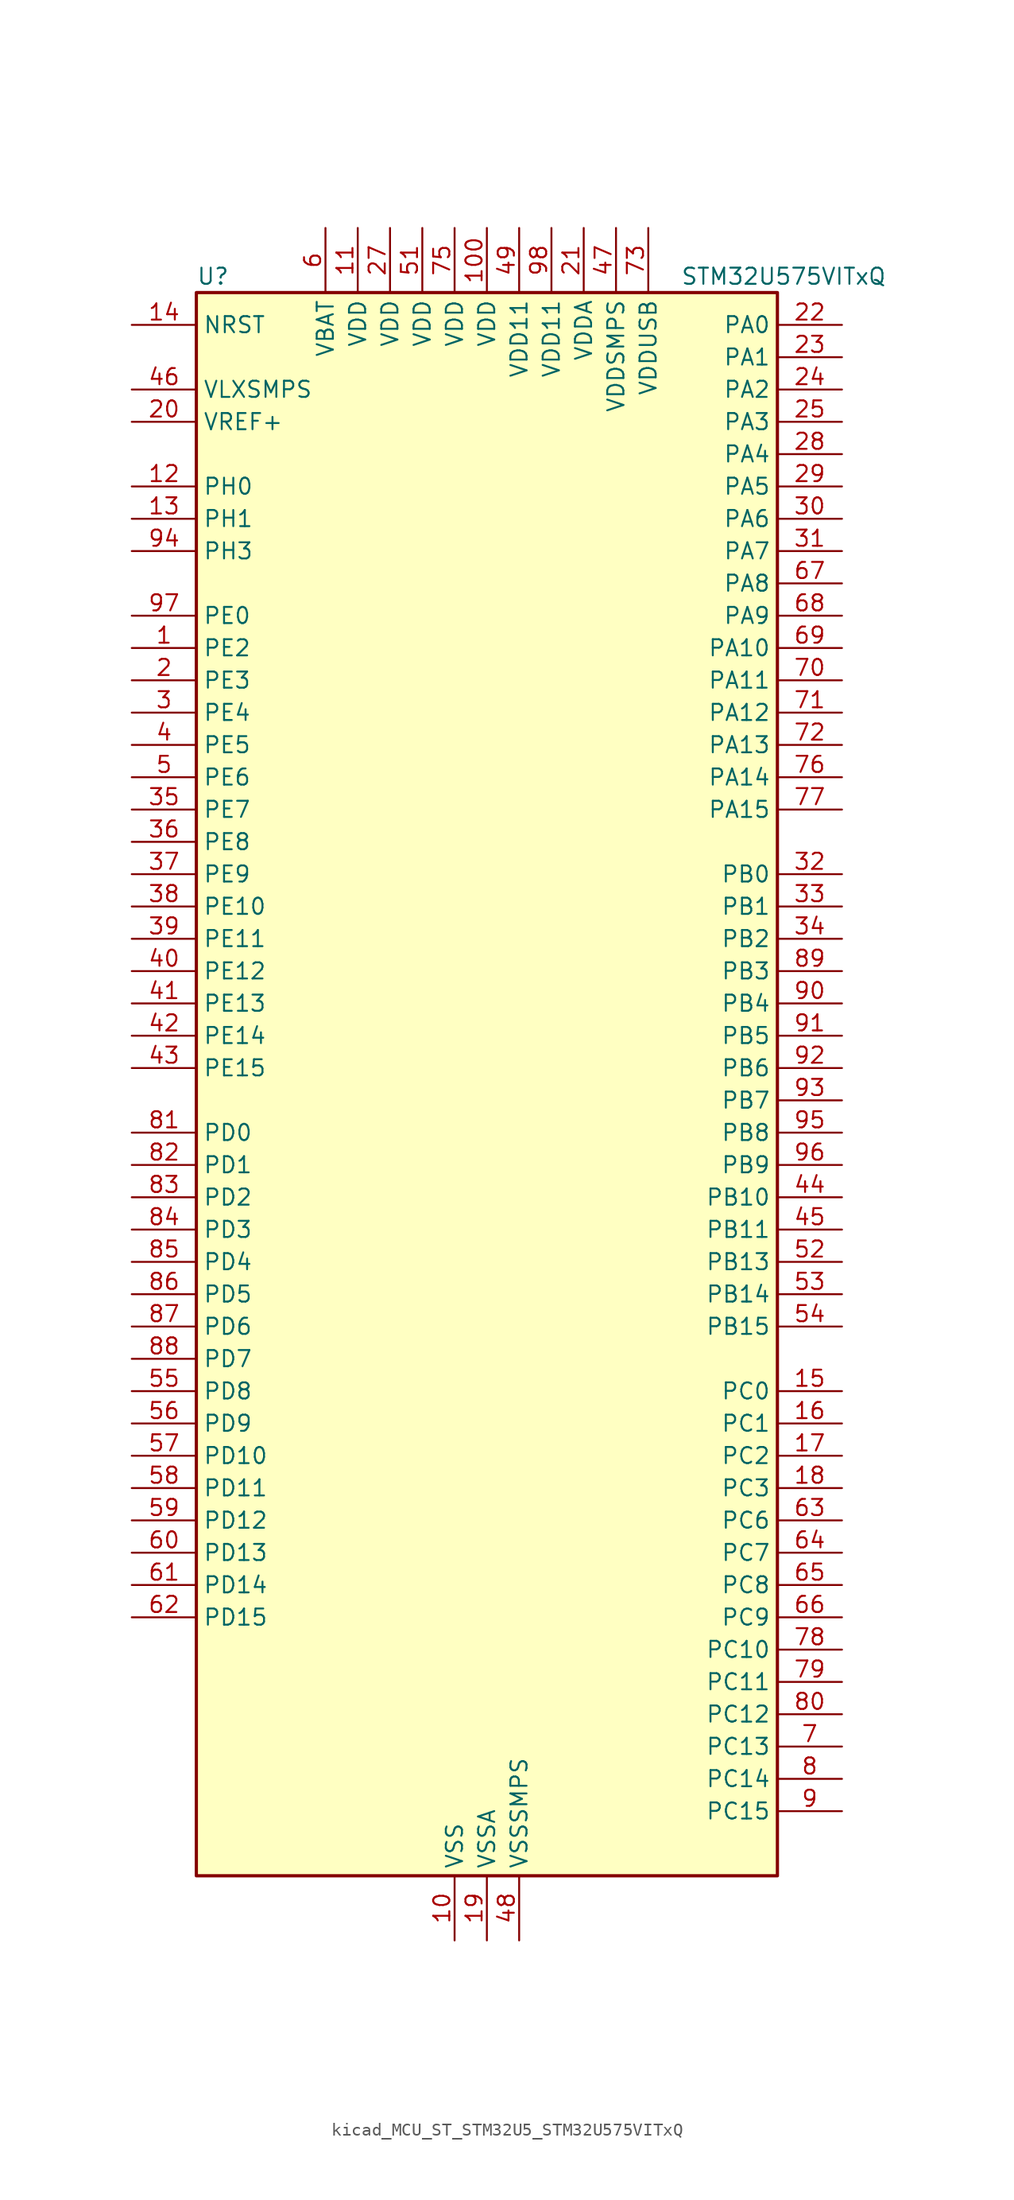
<source format=kicad_sym>
(kicad_symbol_lib
  (version 20220914)
  (generator kicad_symbol_editor)
  (symbol "kicad_MCU_ST_STM32U5_STM32U575VITxQ"
    (property "Reference" "U"
      (at -22.86 64.77 0)
      (effects (font (size 1.27 1.27)) (justify left)))
    (property "Value" "STM32U575VITxQ"
      (at 15.24 64.77 0)
      (effects (font (size 1.27 1.27)) (justify left)))
    (property "ki_locked" ""
      (at 0 0 0)
      (effects (font (size 1.27 1.27))))
    (symbol "kicad_MCU_ST_STM32U5_STM32U575VITxQ_0_1"
      (rectangle (start -22.86 -60.96) (end 22.86 63.5) (stroke (width 0.254) (type default)) (fill (type background))))
    (symbol "kicad_MCU_ST_STM32U5_STM32U575VITxQ_1_1"
      (pin bidirectional line (at -27.94 35.56 0) (length 5.08) (name "PE2" (effects (font (size 1.27 1.27)))) (number "1" (effects (font (size 1.27 1.27)))) (alternate "DEBUG_TRACECLK" bidirectional line) (alternate "FMC_A23" bidirectional line) (alternate "SAI1_CK1" bidirectional line) (alternate "SAI1_MCLK_A" bidirectional line) (alternate "TIM3_ETR" bidirectional line) (alternate "TSC_G7_IO1" bidirectional line))
      (pin power_in line (at -2.54 -66.04 90) (length 5.08) (name "VSS" (effects (font (size 1.27 1.27)))) (number "10" (effects (font (size 1.27 1.27)))))
      (pin power_in line (at 0 68.58 270) (length 5.08) (name "VDD" (effects (font (size 1.27 1.27)))) (number "100" (effects (font (size 1.27 1.27)))))
      (pin power_in line (at -10.16 68.58 270) (length 5.08) (name "VDD" (effects (font (size 1.27 1.27)))) (number "11" (effects (font (size 1.27 1.27)))))
      (pin bidirectional line (at -27.94 48.26 0) (length 5.08) (name "PH0" (effects (font (size 1.27 1.27)))) (number "12" (effects (font (size 1.27 1.27)))) (alternate "RCC_OSC_IN" bidirectional line))
      (pin bidirectional line (at -27.94 45.72 0) (length 5.08) (name "PH1" (effects (font (size 1.27 1.27)))) (number "13" (effects (font (size 1.27 1.27)))) (alternate "RCC_OSC_OUT" bidirectional line))
      (pin input line (at -27.94 60.96 0) (length 5.08) (name "NRST" (effects (font (size 1.27 1.27)))) (number "14" (effects (font (size 1.27 1.27)))))
      (pin bidirectional line (at 27.94 -22.86 180) (length 5.08) (name "PC0" (effects (font (size 1.27 1.27)))) (number "15" (effects (font (size 1.27 1.27)))) (alternate "ADC1_IN1" bidirectional line) (alternate "ADC4_IN1" bidirectional line) (alternate "I2C3_SCL" bidirectional line) (alternate "LPTIM1_IN1" bidirectional line) (alternate "LPTIM2_IN1" bidirectional line) (alternate "LPUART1_RX" bidirectional line) (alternate "MDF1_SDI4" bidirectional line) (alternate "OCTOSPIM_P1_IO7" bidirectional line) (alternate "SAI2_FS_A" bidirectional line) (alternate "SDMMC1_D5" bidirectional line) (alternate "SPI2_RDY" bidirectional line))
      (pin bidirectional line (at 27.94 -25.4 180) (length 5.08) (name "PC1" (effects (font (size 1.27 1.27)))) (number "16" (effects (font (size 1.27 1.27)))) (alternate "ADC1_IN2" bidirectional line) (alternate "ADC4_IN2" bidirectional line) (alternate "DEBUG_TRACED0" bidirectional line) (alternate "I2C3_SDA" bidirectional line) (alternate "LPTIM1_CH1" bidirectional line) (alternate "LPUART1_TX" bidirectional line) (alternate "MDF1_CKI4" bidirectional line) (alternate "OCTOSPIM_P1_IO4" bidirectional line) (alternate "SAI1_SD_A" bidirectional line) (alternate "SDMMC2_CK" bidirectional line) (alternate "SPI2_MOSI" bidirectional line))
      (pin bidirectional line (at 27.94 -27.94 180) (length 5.08) (name "PC2" (effects (font (size 1.27 1.27)))) (number "17" (effects (font (size 1.27 1.27)))) (alternate "ADC1_IN3" bidirectional line) (alternate "ADC4_IN3" bidirectional line) (alternate "LPTIM1_IN2" bidirectional line) (alternate "MDF1_CCK1" bidirectional line) (alternate "OCTOSPIM_P1_IO5" bidirectional line) (alternate "SPI2_MISO" bidirectional line))
      (pin bidirectional line (at 27.94 -30.48 180) (length 5.08) (name "PC3" (effects (font (size 1.27 1.27)))) (number "18" (effects (font (size 1.27 1.27)))) (alternate "ADC1_IN4" bidirectional line) (alternate "ADC4_IN4" bidirectional line) (alternate "LPTIM1_ETR" bidirectional line) (alternate "LPTIM2_ETR" bidirectional line) (alternate "LPTIM3_CH1" bidirectional line) (alternate "OCTOSPIM_P1_IO6" bidirectional line) (alternate "SAI1_D1" bidirectional line) (alternate "SAI1_SD_A" bidirectional line) (alternate "SPI2_MOSI" bidirectional line))
      (pin power_in line (at 0 -66.04 90) (length 5.08) (name "VSSA" (effects (font (size 1.27 1.27)))) (number "19" (effects (font (size 1.27 1.27)))))
      (pin bidirectional line (at -27.94 33.02 0) (length 5.08) (name "PE3" (effects (font (size 1.27 1.27)))) (number "2" (effects (font (size 1.27 1.27)))) (alternate "DEBUG_TRACED0" bidirectional line) (alternate "FMC_A19" bidirectional line) (alternate "OCTOSPIM_P1_DQS" bidirectional line) (alternate "SAI1_SD_B" bidirectional line) (alternate "TAMP_IN6" bidirectional line) (alternate "TAMP_OUT3" bidirectional line) (alternate "TIM3_CH1" bidirectional line) (alternate "TSC_G7_IO2" bidirectional line))
      (pin input line (at -27.94 53.34 0) (length 5.08) (name "VREF+" (effects (font (size 1.27 1.27)))) (number "20" (effects (font (size 1.27 1.27)))) (alternate "VREFBUF_OUT" bidirectional line))
      (pin power_in line (at 7.62 68.58 270) (length 5.08) (name "VDDA" (effects (font (size 1.27 1.27)))) (number "21" (effects (font (size 1.27 1.27)))))
      (pin bidirectional line (at 27.94 60.96 180) (length 5.08) (name "PA0" (effects (font (size 1.27 1.27)))) (number "22" (effects (font (size 1.27 1.27)))) (alternate "ADC1_IN5" bidirectional line) (alternate "AUDIOCLK" bidirectional line) (alternate "OCTOSPIM_P2_NCS" bidirectional line) (alternate "OPAMP1_VINP" bidirectional line) (alternate "PWR_WKUP1" bidirectional line) (alternate "SDMMC2_CMD" bidirectional line) (alternate "SPI3_RDY" bidirectional line) (alternate "TAMP_IN2" bidirectional line) (alternate "TAMP_OUT1" bidirectional line) (alternate "TIM2_CH1" bidirectional line) (alternate "TIM2_ETR" bidirectional line) (alternate "TIM5_CH1" bidirectional line) (alternate "TIM8_ETR" bidirectional line) (alternate "UART4_TX" bidirectional line) (alternate "USART2_CTS" bidirectional line))
      (pin bidirectional line (at 27.94 58.42 180) (length 5.08) (name "PA1" (effects (font (size 1.27 1.27)))) (number "23" (effects (font (size 1.27 1.27)))) (alternate "ADC1_IN6" bidirectional line) (alternate "I2C1_SMBA" bidirectional line) (alternate "LPTIM1_CH2" bidirectional line) (alternate "OCTOSPIM_P1_DQS" bidirectional line) (alternate "OPAMP1_VINM" bidirectional line) (alternate "PWR_WKUP3" bidirectional line) (alternate "SPI1_SCK" bidirectional line) (alternate "TAMP_IN5" bidirectional line) (alternate "TAMP_OUT4" bidirectional line) (alternate "TIM15_CH1N" bidirectional line) (alternate "TIM2_CH2" bidirectional line) (alternate "TIM5_CH2" bidirectional line) (alternate "UART4_RX" bidirectional line) (alternate "USART2_DE" bidirectional line) (alternate "USART2_RTS" bidirectional line))
      (pin bidirectional line (at 27.94 55.88 180) (length 5.08) (name "PA2" (effects (font (size 1.27 1.27)))) (number "24" (effects (font (size 1.27 1.27)))) (alternate "ADC1_IN7" bidirectional line) (alternate "COMP1_INP" bidirectional line) (alternate "LPUART1_TX" bidirectional line) (alternate "OCTOSPIM_P1_NCS" bidirectional line) (alternate "PWR_WKUP4" bidirectional line) (alternate "RCC_LSCO" bidirectional line) (alternate "SPI1_RDY" bidirectional line) (alternate "TIM15_CH1" bidirectional line) (alternate "TIM2_CH3" bidirectional line) (alternate "TIM5_CH3" bidirectional line) (alternate "UCPD1_FRSTX1" bidirectional line) (alternate "USART2_TX" bidirectional line))
      (pin bidirectional line (at 27.94 53.34 180) (length 5.08) (name "PA3" (effects (font (size 1.27 1.27)))) (number "25" (effects (font (size 1.27 1.27)))) (alternate "ADC1_IN8" bidirectional line) (alternate "LPUART1_RX" bidirectional line) (alternate "OCTOSPIM_P1_CLK" bidirectional line) (alternate "OPAMP1_VOUT" bidirectional line) (alternate "PWR_WKUP5" bidirectional line) (alternate "SAI1_CK1" bidirectional line) (alternate "SAI1_MCLK_A" bidirectional line) (alternate "TIM15_CH2" bidirectional line) (alternate "TIM2_CH4" bidirectional line) (alternate "TIM5_CH4" bidirectional line) (alternate "USART2_RX" bidirectional line))
      (pin passive line (at -2.54 -66.04 90) (length 5.08) hide (name "VSS" (effects (font (size 1.27 1.27)))) (number "26" (effects (font (size 1.27 1.27)))))
      (pin power_in line (at -7.62 68.58 270) (length 5.08) (name "VDD" (effects (font (size 1.27 1.27)))) (number "27" (effects (font (size 1.27 1.27)))))
      (pin bidirectional line (at 27.94 50.8 180) (length 5.08) (name "PA4" (effects (font (size 1.27 1.27)))) (number "28" (effects (font (size 1.27 1.27)))) (alternate "ADC1_IN9" bidirectional line) (alternate "ADC4_IN9" bidirectional line) (alternate "DAC1_OUT1" bidirectional line) (alternate "DCMI_HSYNC" bidirectional line) (alternate "LPTIM2_CH1" bidirectional line) (alternate "OCTOSPIM_P1_NCS" bidirectional line) (alternate "PSSI_DE" bidirectional line) (alternate "PWR_WKUP2" bidirectional line) (alternate "SAI1_FS_B" bidirectional line) (alternate "SPI1_NSS" bidirectional line) (alternate "SPI3_NSS" bidirectional line) (alternate "USART2_CK" bidirectional line))
      (pin bidirectional line (at 27.94 48.26 180) (length 5.08) (name "PA5" (effects (font (size 1.27 1.27)))) (number "29" (effects (font (size 1.27 1.27)))) (alternate "ADC1_IN10" bidirectional line) (alternate "ADC4_IN10" bidirectional line) (alternate "DAC1_OUT2" bidirectional line) (alternate "LPTIM2_ETR" bidirectional line) (alternate "PSSI_D14" bidirectional line) (alternate "PWR_CSLEEP" bidirectional line) (alternate "PWR_WKUP6" bidirectional line) (alternate "SPI1_SCK" bidirectional line) (alternate "TIM2_CH1" bidirectional line) (alternate "TIM2_ETR" bidirectional line) (alternate "TIM8_CH1N" bidirectional line) (alternate "USART3_RX" bidirectional line))
      (pin bidirectional line (at -27.94 30.48 0) (length 5.08) (name "PE4" (effects (font (size 1.27 1.27)))) (number "3" (effects (font (size 1.27 1.27)))) (alternate "DCMI_D4" bidirectional line) (alternate "DEBUG_TRACED1" bidirectional line) (alternate "FMC_A20" bidirectional line) (alternate "MDF1_SDI3" bidirectional line) (alternate "PSSI_D4" bidirectional line) (alternate "PWR_WKUP1" bidirectional line) (alternate "SAI1_D2" bidirectional line) (alternate "SAI1_FS_A" bidirectional line) (alternate "TAMP_IN7" bidirectional line) (alternate "TAMP_OUT8" bidirectional line) (alternate "TIM3_CH2" bidirectional line) (alternate "TSC_G7_IO3" bidirectional line))
      (pin bidirectional line (at 27.94 45.72 180) (length 5.08) (name "PA6" (effects (font (size 1.27 1.27)))) (number "30" (effects (font (size 1.27 1.27)))) (alternate "ADC1_IN11" bidirectional line) (alternate "ADC4_IN11" bidirectional line) (alternate "DCMI_PIXCLK" bidirectional line) (alternate "LPUART1_CTS" bidirectional line) (alternate "OCTOSPIM_P1_IO3" bidirectional line) (alternate "OPAMP2_VINP" bidirectional line) (alternate "PSSI_PDCK" bidirectional line) (alternate "PWR_CDSTOP" bidirectional line) (alternate "PWR_WKUP7" bidirectional line) (alternate "SPI1_MISO" bidirectional line) (alternate "TIM16_CH1" bidirectional line) (alternate "TIM1_BKIN" bidirectional line) (alternate "TIM3_CH1" bidirectional line) (alternate "TIM8_BKIN" bidirectional line) (alternate "USART3_CTS" bidirectional line))
      (pin bidirectional line (at 27.94 43.18 180) (length 5.08) (name "PA7" (effects (font (size 1.27 1.27)))) (number "31" (effects (font (size 1.27 1.27)))) (alternate "ADC1_IN12" bidirectional line) (alternate "ADC4_IN20" bidirectional line) (alternate "I2C3_SCL" bidirectional line) (alternate "LPTIM2_CH2" bidirectional line) (alternate "OCTOSPIM_P1_IO2" bidirectional line) (alternate "OPAMP2_VINM" bidirectional line) (alternate "PWR_SRDSTOP" bidirectional line) (alternate "PWR_WKUP8" bidirectional line) (alternate "SPI1_MOSI" bidirectional line) (alternate "TIM17_CH1" bidirectional line) (alternate "TIM1_CH1N" bidirectional line) (alternate "TIM3_CH2" bidirectional line) (alternate "TIM8_CH1N" bidirectional line) (alternate "USART3_TX" bidirectional line))
      (pin bidirectional line (at 27.94 17.78 180) (length 5.08) (name "PB0" (effects (font (size 1.27 1.27)))) (number "32" (effects (font (size 1.27 1.27)))) (alternate "ADC1_IN15" bidirectional line) (alternate "ADC4_IN18" bidirectional line) (alternate "AUDIOCLK" bidirectional line) (alternate "COMP1_OUT" bidirectional line) (alternate "LPTIM3_CH1" bidirectional line) (alternate "OCTOSPIM_P1_IO1" bidirectional line) (alternate "OPAMP2_VOUT" bidirectional line) (alternate "SPI1_NSS" bidirectional line) (alternate "TIM1_CH2N" bidirectional line) (alternate "TIM3_CH3" bidirectional line) (alternate "TIM8_CH2N" bidirectional line) (alternate "USART3_CK" bidirectional line))
      (pin bidirectional line (at 27.94 15.24 180) (length 5.08) (name "PB1" (effects (font (size 1.27 1.27)))) (number "33" (effects (font (size 1.27 1.27)))) (alternate "ADC1_IN16" bidirectional line) (alternate "ADC4_IN19" bidirectional line) (alternate "COMP1_INM" bidirectional line) (alternate "LPTIM2_IN1" bidirectional line) (alternate "LPTIM3_CH2" bidirectional line) (alternate "LPUART1_DE" bidirectional line) (alternate "LPUART1_RTS" bidirectional line) (alternate "MDF1_SDI0" bidirectional line) (alternate "OCTOSPIM_P1_IO0" bidirectional line) (alternate "PWR_WKUP4" bidirectional line) (alternate "TIM1_CH3N" bidirectional line) (alternate "TIM3_CH4" bidirectional line) (alternate "TIM8_CH3N" bidirectional line) (alternate "USART3_DE" bidirectional line) (alternate "USART3_RTS" bidirectional line))
      (pin bidirectional line (at 27.94 12.7 180) (length 5.08) (name "PB2" (effects (font (size 1.27 1.27)))) (number "34" (effects (font (size 1.27 1.27)))) (alternate "ADC1_IN17" bidirectional line) (alternate "COMP1_INP" bidirectional line) (alternate "I2C3_SMBA" bidirectional line) (alternate "LPTIM1_CH1" bidirectional line) (alternate "MDF1_CKI0" bidirectional line) (alternate "OCTOSPIM_P1_DQS" bidirectional line) (alternate "PWR_WKUP1" bidirectional line) (alternate "RTC_OUT2" bidirectional line) (alternate "SPI1_RDY" bidirectional line) (alternate "TIM8_CH4N" bidirectional line) (alternate "UCPD1_FRSTX1" bidirectional line))
      (pin bidirectional line (at -27.94 22.86 0) (length 5.08) (name "PE7" (effects (font (size 1.27 1.27)))) (number "35" (effects (font (size 1.27 1.27)))) (alternate "FMC_D4" bidirectional line) (alternate "FMC_DA4" bidirectional line) (alternate "MDF1_SDI2" bidirectional line) (alternate "PWR_WKUP6" bidirectional line) (alternate "SAI1_SD_B" bidirectional line) (alternate "TIM1_ETR" bidirectional line))
      (pin bidirectional line (at -27.94 20.32 0) (length 5.08) (name "PE8" (effects (font (size 1.27 1.27)))) (number "36" (effects (font (size 1.27 1.27)))) (alternate "FMC_D5" bidirectional line) (alternate "FMC_DA5" bidirectional line) (alternate "MDF1_CKI2" bidirectional line) (alternate "PWR_WKUP7" bidirectional line) (alternate "SAI1_SCK_B" bidirectional line) (alternate "TIM1_CH1N" bidirectional line))
      (pin bidirectional line (at -27.94 17.78 0) (length 5.08) (name "PE9" (effects (font (size 1.27 1.27)))) (number "37" (effects (font (size 1.27 1.27)))) (alternate "ADF1_CCK0" bidirectional line) (alternate "DAC1_EXTI9" bidirectional line) (alternate "FMC_D6" bidirectional line) (alternate "FMC_DA6" bidirectional line) (alternate "MDF1_CCK0" bidirectional line) (alternate "OCTOSPIM_P1_NCLK" bidirectional line) (alternate "SAI1_FS_B" bidirectional line) (alternate "TIM1_CH1" bidirectional line))
      (pin bidirectional line (at -27.94 15.24 0) (length 5.08) (name "PE10" (effects (font (size 1.27 1.27)))) (number "38" (effects (font (size 1.27 1.27)))) (alternate "ADF1_SDI0" bidirectional line) (alternate "FMC_D7" bidirectional line) (alternate "FMC_DA7" bidirectional line) (alternate "MDF1_SDI4" bidirectional line) (alternate "OCTOSPIM_P1_CLK" bidirectional line) (alternate "SAI1_MCLK_B" bidirectional line) (alternate "TIM1_CH2N" bidirectional line) (alternate "TSC_G5_IO1" bidirectional line))
      (pin bidirectional line (at -27.94 12.7 0) (length 5.08) (name "PE11" (effects (font (size 1.27 1.27)))) (number "39" (effects (font (size 1.27 1.27)))) (alternate "ADC1_EXTI11" bidirectional line) (alternate "FMC_D8" bidirectional line) (alternate "FMC_DA8" bidirectional line) (alternate "MDF1_CKI4" bidirectional line) (alternate "OCTOSPIM_P1_NCS" bidirectional line) (alternate "SPI1_RDY" bidirectional line) (alternate "TIM1_CH2" bidirectional line) (alternate "TSC_G5_IO2" bidirectional line))
      (pin bidirectional line (at -27.94 27.94 0) (length 5.08) (name "PE5" (effects (font (size 1.27 1.27)))) (number "4" (effects (font (size 1.27 1.27)))) (alternate "DCMI_D6" bidirectional line) (alternate "DEBUG_TRACED2" bidirectional line) (alternate "FMC_A21" bidirectional line) (alternate "MDF1_CKI3" bidirectional line) (alternate "PSSI_D6" bidirectional line) (alternate "PWR_WKUP2" bidirectional line) (alternate "SAI1_CK2" bidirectional line) (alternate "SAI1_SCK_A" bidirectional line) (alternate "TAMP_IN8" bidirectional line) (alternate "TAMP_OUT7" bidirectional line) (alternate "TIM3_CH3" bidirectional line) (alternate "TSC_G7_IO4" bidirectional line))
      (pin bidirectional line (at -27.94 10.16 0) (length 5.08) (name "PE12" (effects (font (size 1.27 1.27)))) (number "40" (effects (font (size 1.27 1.27)))) (alternate "FMC_D9" bidirectional line) (alternate "FMC_DA9" bidirectional line) (alternate "MDF1_SDI5" bidirectional line) (alternate "OCTOSPIM_P1_IO0" bidirectional line) (alternate "SPI1_NSS" bidirectional line) (alternate "TIM1_CH3N" bidirectional line) (alternate "TSC_G5_IO3" bidirectional line))
      (pin bidirectional line (at -27.94 7.62 0) (length 5.08) (name "PE13" (effects (font (size 1.27 1.27)))) (number "41" (effects (font (size 1.27 1.27)))) (alternate "FMC_D10" bidirectional line) (alternate "FMC_DA10" bidirectional line) (alternate "MDF1_CKI5" bidirectional line) (alternate "OCTOSPIM_P1_IO1" bidirectional line) (alternate "SPI1_SCK" bidirectional line) (alternate "TIM1_CH3" bidirectional line) (alternate "TSC_G5_IO4" bidirectional line))
      (pin bidirectional line (at -27.94 5.08 0) (length 5.08) (name "PE14" (effects (font (size 1.27 1.27)))) (number "42" (effects (font (size 1.27 1.27)))) (alternate "FMC_D11" bidirectional line) (alternate "FMC_DA11" bidirectional line) (alternate "OCTOSPIM_P1_IO2" bidirectional line) (alternate "SPI1_MISO" bidirectional line) (alternate "TIM1_BKIN2" bidirectional line) (alternate "TIM1_CH4" bidirectional line))
      (pin bidirectional line (at -27.94 2.54 0) (length 5.08) (name "PE15" (effects (font (size 1.27 1.27)))) (number "43" (effects (font (size 1.27 1.27)))) (alternate "ADC1_EXTI15" bidirectional line) (alternate "ADC4_EXTI15" bidirectional line) (alternate "FMC_D12" bidirectional line) (alternate "FMC_DA12" bidirectional line) (alternate "OCTOSPIM_P1_IO3" bidirectional line) (alternate "SPI1_MOSI" bidirectional line) (alternate "TIM1_BKIN" bidirectional line) (alternate "TIM1_CH4N" bidirectional line))
      (pin bidirectional line (at 27.94 -7.62 180) (length 5.08) (name "PB10" (effects (font (size 1.27 1.27)))) (number "44" (effects (font (size 1.27 1.27)))) (alternate "COMP1_OUT" bidirectional line) (alternate "I2C2_SCL" bidirectional line) (alternate "I2C4_SCL" bidirectional line) (alternate "LPTIM3_CH1" bidirectional line) (alternate "LPUART1_RX" bidirectional line) (alternate "OCTOSPIM_P1_CLK" bidirectional line) (alternate "PWR_WKUP8" bidirectional line) (alternate "SAI1_SCK_A" bidirectional line) (alternate "SPI2_SCK" bidirectional line) (alternate "TIM2_CH3" bidirectional line) (alternate "TSC_SYNC" bidirectional line) (alternate "USART3_TX" bidirectional line))
      (pin bidirectional line (at 27.94 -10.16 180) (length 5.08) (name "PB11" (effects (font (size 1.27 1.27)))) (number "45" (effects (font (size 1.27 1.27)))) (alternate "ADC1_EXTI11" bidirectional line) (alternate "COMP2_OUT" bidirectional line) (alternate "I2C2_SDA" bidirectional line) (alternate "I2C4_SDA" bidirectional line) (alternate "LPUART1_TX" bidirectional line) (alternate "OCTOSPIM_P1_NCS" bidirectional line) (alternate "SPI2_RDY" bidirectional line) (alternate "TIM2_CH4" bidirectional line) (alternate "USART3_RX" bidirectional line))
      (pin power_in line (at -27.94 55.88 0) (length 5.08) (name "VLXSMPS" (effects (font (size 1.27 1.27)))) (number "46" (effects (font (size 1.27 1.27)))))
      (pin power_in line (at 10.16 68.58 270) (length 5.08) (name "VDDSMPS" (effects (font (size 1.27 1.27)))) (number "47" (effects (font (size 1.27 1.27)))))
      (pin power_in line (at 2.54 -66.04 90) (length 5.08) (name "VSSSMPS" (effects (font (size 1.27 1.27)))) (number "48" (effects (font (size 1.27 1.27)))))
      (pin power_in line (at 2.54 68.58 270) (length 5.08) (name "VDD11" (effects (font (size 1.27 1.27)))) (number "49" (effects (font (size 1.27 1.27)))))
      (pin bidirectional line (at -27.94 25.4 0) (length 5.08) (name "PE6" (effects (font (size 1.27 1.27)))) (number "5" (effects (font (size 1.27 1.27)))) (alternate "DCMI_D7" bidirectional line) (alternate "DEBUG_TRACED3" bidirectional line) (alternate "FMC_A22" bidirectional line) (alternate "PSSI_D7" bidirectional line) (alternate "PWR_WKUP3" bidirectional line) (alternate "SAI1_D1" bidirectional line) (alternate "SAI1_SD_A" bidirectional line) (alternate "TAMP_IN3" bidirectional line) (alternate "TAMP_OUT6" bidirectional line) (alternate "TIM3_CH4" bidirectional line))
      (pin passive line (at -2.54 -66.04 90) (length 5.08) hide (name "VSS" (effects (font (size 1.27 1.27)))) (number "50" (effects (font (size 1.27 1.27)))))
      (pin power_in line (at -5.08 68.58 270) (length 5.08) (name "VDD" (effects (font (size 1.27 1.27)))) (number "51" (effects (font (size 1.27 1.27)))))
      (pin bidirectional line (at 27.94 -12.7 180) (length 5.08) (name "PB13" (effects (font (size 1.27 1.27)))) (number "52" (effects (font (size 1.27 1.27)))) (alternate "I2C2_SCL" bidirectional line) (alternate "LPTIM3_IN1" bidirectional line) (alternate "LPUART1_CTS" bidirectional line) (alternate "MDF1_CKI1" bidirectional line) (alternate "SAI2_SCK_A" bidirectional line) (alternate "SPI2_SCK" bidirectional line) (alternate "TIM15_CH1N" bidirectional line) (alternate "TIM1_CH1N" bidirectional line) (alternate "TSC_G1_IO2" bidirectional line) (alternate "USART3_CTS" bidirectional line))
      (pin bidirectional line (at 27.94 -15.24 180) (length 5.08) (name "PB14" (effects (font (size 1.27 1.27)))) (number "53" (effects (font (size 1.27 1.27)))) (alternate "I2C2_SDA" bidirectional line) (alternate "LPTIM3_ETR" bidirectional line) (alternate "MDF1_SDI2" bidirectional line) (alternate "SAI2_MCLK_A" bidirectional line) (alternate "SDMMC2_D0" bidirectional line) (alternate "SPI2_MISO" bidirectional line) (alternate "TIM15_CH1" bidirectional line) (alternate "TIM1_CH2N" bidirectional line) (alternate "TIM8_CH2N" bidirectional line) (alternate "TSC_G1_IO3" bidirectional line) (alternate "UCPD1_DBCC2" bidirectional line) (alternate "USART3_DE" bidirectional line) (alternate "USART3_RTS" bidirectional line))
      (pin bidirectional line (at 27.94 -17.78 180) (length 5.08) (name "PB15" (effects (font (size 1.27 1.27)))) (number "54" (effects (font (size 1.27 1.27)))) (alternate "ADC1_EXTI15" bidirectional line) (alternate "ADC4_EXTI15" bidirectional line) (alternate "FMC_NBL1" bidirectional line) (alternate "LPTIM2_IN2" bidirectional line) (alternate "MDF1_CKI2" bidirectional line) (alternate "PWR_WKUP7" bidirectional line) (alternate "RTC_REFIN" bidirectional line) (alternate "SAI2_SD_A" bidirectional line) (alternate "SDMMC2_D1" bidirectional line) (alternate "SPI2_MOSI" bidirectional line) (alternate "TIM15_CH2" bidirectional line) (alternate "TIM1_CH3N" bidirectional line) (alternate "TIM8_CH3N" bidirectional line) (alternate "UCPD1_CC2" bidirectional line))
      (pin bidirectional line (at -27.94 -22.86 0) (length 5.08) (name "PD8" (effects (font (size 1.27 1.27)))) (number "55" (effects (font (size 1.27 1.27)))) (alternate "DCMI_HSYNC" bidirectional line) (alternate "FMC_D13" bidirectional line) (alternate "FMC_DA13" bidirectional line) (alternate "PSSI_DE" bidirectional line) (alternate "USART3_TX" bidirectional line))
      (pin bidirectional line (at -27.94 -25.4 0) (length 5.08) (name "PD9" (effects (font (size 1.27 1.27)))) (number "56" (effects (font (size 1.27 1.27)))) (alternate "DAC1_EXTI9" bidirectional line) (alternate "DCMI_PIXCLK" bidirectional line) (alternate "FMC_D14" bidirectional line) (alternate "FMC_DA14" bidirectional line) (alternate "LPTIM2_IN2" bidirectional line) (alternate "LPTIM3_IN1" bidirectional line) (alternate "PSSI_PDCK" bidirectional line) (alternate "SAI2_MCLK_A" bidirectional line) (alternate "USART3_RX" bidirectional line))
      (pin bidirectional line (at -27.94 -27.94 0) (length 5.08) (name "PD10" (effects (font (size 1.27 1.27)))) (number "57" (effects (font (size 1.27 1.27)))) (alternate "FMC_D15" bidirectional line) (alternate "FMC_DA15" bidirectional line) (alternate "LPTIM2_CH2" bidirectional line) (alternate "LPTIM3_ETR" bidirectional line) (alternate "SAI2_SCK_A" bidirectional line) (alternate "TSC_G6_IO1" bidirectional line) (alternate "USART3_CK" bidirectional line))
      (pin bidirectional line (at -27.94 -30.48 0) (length 5.08) (name "PD11" (effects (font (size 1.27 1.27)))) (number "58" (effects (font (size 1.27 1.27)))) (alternate "ADC1_EXTI11" bidirectional line) (alternate "ADC4_IN15" bidirectional line) (alternate "FMC_A16" bidirectional line) (alternate "FMC_CLE" bidirectional line) (alternate "I2C4_SMBA" bidirectional line) (alternate "LPTIM2_ETR" bidirectional line) (alternate "SAI2_SD_A" bidirectional line) (alternate "TSC_G6_IO2" bidirectional line) (alternate "USART3_CTS" bidirectional line))
      (pin bidirectional line (at -27.94 -33.02 0) (length 5.08) (name "PD12" (effects (font (size 1.27 1.27)))) (number "59" (effects (font (size 1.27 1.27)))) (alternate "ADC4_IN16" bidirectional line) (alternate "FMC_A17" bidirectional line) (alternate "FMC_ALE" bidirectional line) (alternate "I2C4_SCL" bidirectional line) (alternate "LPTIM2_IN1" bidirectional line) (alternate "SAI2_FS_A" bidirectional line) (alternate "TIM4_CH1" bidirectional line) (alternate "TSC_G6_IO3" bidirectional line) (alternate "USART3_DE" bidirectional line) (alternate "USART3_RTS" bidirectional line))
      (pin power_in line (at -12.7 68.58 270) (length 5.08) (name "VBAT" (effects (font (size 1.27 1.27)))) (number "6" (effects (font (size 1.27 1.27)))))
      (pin bidirectional line (at -27.94 -35.56 0) (length 5.08) (name "PD13" (effects (font (size 1.27 1.27)))) (number "60" (effects (font (size 1.27 1.27)))) (alternate "ADC4_IN17" bidirectional line) (alternate "FMC_A18" bidirectional line) (alternate "I2C4_SDA" bidirectional line) (alternate "LPTIM2_CH1" bidirectional line) (alternate "LPTIM4_IN1" bidirectional line) (alternate "TIM4_CH2" bidirectional line) (alternate "TSC_G6_IO4" bidirectional line))
      (pin bidirectional line (at -27.94 -38.1 0) (length 5.08) (name "PD14" (effects (font (size 1.27 1.27)))) (number "61" (effects (font (size 1.27 1.27)))) (alternate "FMC_D0" bidirectional line) (alternate "FMC_DA0" bidirectional line) (alternate "LPTIM3_CH1" bidirectional line) (alternate "TIM4_CH3" bidirectional line))
      (pin bidirectional line (at -27.94 -40.64 0) (length 5.08) (name "PD15" (effects (font (size 1.27 1.27)))) (number "62" (effects (font (size 1.27 1.27)))) (alternate "ADC1_EXTI15" bidirectional line) (alternate "ADC4_EXTI15" bidirectional line) (alternate "FMC_D1" bidirectional line) (alternate "FMC_DA1" bidirectional line) (alternate "LPTIM3_CH2" bidirectional line) (alternate "TIM4_CH4" bidirectional line))
      (pin bidirectional line (at 27.94 -33.02 180) (length 5.08) (name "PC6" (effects (font (size 1.27 1.27)))) (number "63" (effects (font (size 1.27 1.27)))) (alternate "DCMI_D0" bidirectional line) (alternate "MDF1_CKI3" bidirectional line) (alternate "PSSI_D0" bidirectional line) (alternate "PWR_CSLEEP" bidirectional line) (alternate "SAI2_MCLK_A" bidirectional line) (alternate "SDMMC1_D0DIR" bidirectional line) (alternate "SDMMC1_D6" bidirectional line) (alternate "SDMMC2_D6" bidirectional line) (alternate "TIM3_CH1" bidirectional line) (alternate "TIM8_CH1" bidirectional line) (alternate "TSC_G4_IO1" bidirectional line))
      (pin bidirectional line (at 27.94 -35.56 180) (length 5.08) (name "PC7" (effects (font (size 1.27 1.27)))) (number "64" (effects (font (size 1.27 1.27)))) (alternate "DCMI_D1" bidirectional line) (alternate "LPTIM2_CH2" bidirectional line) (alternate "MDF1_SDI3" bidirectional line) (alternate "PSSI_D1" bidirectional line) (alternate "PWR_CDSTOP" bidirectional line) (alternate "SAI2_MCLK_B" bidirectional line) (alternate "SDMMC1_D123DIR" bidirectional line) (alternate "SDMMC1_D7" bidirectional line) (alternate "SDMMC2_D7" bidirectional line) (alternate "TIM3_CH2" bidirectional line) (alternate "TIM8_CH2" bidirectional line) (alternate "TSC_G4_IO2" bidirectional line))
      (pin bidirectional line (at 27.94 -38.1 180) (length 5.08) (name "PC8" (effects (font (size 1.27 1.27)))) (number "65" (effects (font (size 1.27 1.27)))) (alternate "DCMI_D2" bidirectional line) (alternate "LPTIM3_CH1" bidirectional line) (alternate "PSSI_D2" bidirectional line) (alternate "PWR_SRDSTOP" bidirectional line) (alternate "SDMMC1_D0" bidirectional line) (alternate "TIM3_CH3" bidirectional line) (alternate "TIM8_CH3" bidirectional line) (alternate "TSC_G4_IO3" bidirectional line))
      (pin bidirectional line (at 27.94 -40.64 180) (length 5.08) (name "PC9" (effects (font (size 1.27 1.27)))) (number "66" (effects (font (size 1.27 1.27)))) (alternate "DAC1_EXTI9" bidirectional line) (alternate "DCMI_D3" bidirectional line) (alternate "DEBUG_TRACED0" bidirectional line) (alternate "LPTIM3_CH2" bidirectional line) (alternate "PSSI_D3" bidirectional line) (alternate "SDMMC1_D1" bidirectional line) (alternate "TIM3_CH4" bidirectional line) (alternate "TIM8_BKIN2" bidirectional line) (alternate "TIM8_CH4" bidirectional line) (alternate "TSC_G4_IO4" bidirectional line) (alternate "USB_OTG_FS_NOE" bidirectional line))
      (pin bidirectional line (at 27.94 40.64 180) (length 5.08) (name "PA8" (effects (font (size 1.27 1.27)))) (number "67" (effects (font (size 1.27 1.27)))) (alternate "DEBUG_TRACECLK" bidirectional line) (alternate "LPTIM2_CH1" bidirectional line) (alternate "RCC_MCO" bidirectional line) (alternate "SAI1_CK2" bidirectional line) (alternate "SAI1_SCK_A" bidirectional line) (alternate "SPI1_RDY" bidirectional line) (alternate "TIM1_CH1" bidirectional line) (alternate "USART1_CK" bidirectional line) (alternate "USB_OTG_FS_SOF" bidirectional line))
      (pin bidirectional line (at 27.94 38.1 180) (length 5.08) (name "PA9" (effects (font (size 1.27 1.27)))) (number "68" (effects (font (size 1.27 1.27)))) (alternate "DAC1_EXTI9" bidirectional line) (alternate "DCMI_D0" bidirectional line) (alternate "PSSI_D0" bidirectional line) (alternate "SAI1_FS_A" bidirectional line) (alternate "SPI2_SCK" bidirectional line) (alternate "TIM15_BKIN" bidirectional line) (alternate "TIM1_CH2" bidirectional line) (alternate "USART1_TX" bidirectional line) (alternate "USB_OTG_FS_VBUS" bidirectional line))
      (pin bidirectional line (at 27.94 35.56 180) (length 5.08) (name "PA10" (effects (font (size 1.27 1.27)))) (number "69" (effects (font (size 1.27 1.27)))) (alternate "CRS_SYNC" bidirectional line) (alternate "DCMI_D1" bidirectional line) (alternate "LPTIM2_IN2" bidirectional line) (alternate "PSSI_D1" bidirectional line) (alternate "SAI1_D1" bidirectional line) (alternate "SAI1_SD_A" bidirectional line) (alternate "TIM17_BKIN" bidirectional line) (alternate "TIM1_CH3" bidirectional line) (alternate "USART1_RX" bidirectional line) (alternate "USB_OTG_FS_ID" bidirectional line))
      (pin bidirectional line (at 27.94 -50.8 180) (length 5.08) (name "PC13" (effects (font (size 1.27 1.27)))) (number "7" (effects (font (size 1.27 1.27)))) (alternate "PWR_WKUP2" bidirectional line) (alternate "RTC_OUT1" bidirectional line) (alternate "RTC_TS" bidirectional line) (alternate "TAMP_IN1" bidirectional line) (alternate "TAMP_OUT2" bidirectional line))
      (pin bidirectional line (at 27.94 33.02 180) (length 5.08) (name "PA11" (effects (font (size 1.27 1.27)))) (number "70" (effects (font (size 1.27 1.27)))) (alternate "ADC1_EXTI11" bidirectional line) (alternate "FDCAN1_RX" bidirectional line) (alternate "SPI1_MISO" bidirectional line) (alternate "TIM1_BKIN2" bidirectional line) (alternate "TIM1_CH4" bidirectional line) (alternate "USART1_CTS" bidirectional line) (alternate "USB_OTG_FS_DM" bidirectional line))
      (pin bidirectional line (at 27.94 30.48 180) (length 5.08) (name "PA12" (effects (font (size 1.27 1.27)))) (number "71" (effects (font (size 1.27 1.27)))) (alternate "FDCAN1_TX" bidirectional line) (alternate "OCTOSPIM_P2_NCS" bidirectional line) (alternate "SPI1_MOSI" bidirectional line) (alternate "TIM1_ETR" bidirectional line) (alternate "USART1_DE" bidirectional line) (alternate "USART1_RTS" bidirectional line) (alternate "USB_OTG_FS_DP" bidirectional line))
      (pin bidirectional line (at 27.94 27.94 180) (length 5.08) (name "PA13" (effects (font (size 1.27 1.27)))) (number "72" (effects (font (size 1.27 1.27)))) (alternate "DEBUG_JTMS-SWDIO" bidirectional line) (alternate "IR_OUT" bidirectional line) (alternate "SAI1_SD_B" bidirectional line) (alternate "USB_OTG_FS_NOE" bidirectional line))
      (pin power_in line (at 12.7 68.58 270) (length 5.08) (name "VDDUSB" (effects (font (size 1.27 1.27)))) (number "73" (effects (font (size 1.27 1.27)))))
      (pin passive line (at -2.54 -66.04 90) (length 5.08) hide (name "VSS" (effects (font (size 1.27 1.27)))) (number "74" (effects (font (size 1.27 1.27)))))
      (pin power_in line (at -2.54 68.58 270) (length 5.08) (name "VDD" (effects (font (size 1.27 1.27)))) (number "75" (effects (font (size 1.27 1.27)))))
      (pin bidirectional line (at 27.94 25.4 180) (length 5.08) (name "PA14" (effects (font (size 1.27 1.27)))) (number "76" (effects (font (size 1.27 1.27)))) (alternate "DEBUG_JTCK-SWCLK" bidirectional line) (alternate "I2C1_SMBA" bidirectional line) (alternate "I2C4_SMBA" bidirectional line) (alternate "LPTIM1_CH1" bidirectional line) (alternate "SAI1_FS_B" bidirectional line) (alternate "USB_OTG_FS_SOF" bidirectional line))
      (pin bidirectional line (at 27.94 22.86 180) (length 5.08) (name "PA15" (effects (font (size 1.27 1.27)))) (number "77" (effects (font (size 1.27 1.27)))) (alternate "ADC1_EXTI15" bidirectional line) (alternate "ADC4_EXTI15" bidirectional line) (alternate "DEBUG_JTDI" bidirectional line) (alternate "SAI2_FS_B" bidirectional line) (alternate "SPI1_NSS" bidirectional line) (alternate "SPI3_NSS" bidirectional line) (alternate "TIM2_CH1" bidirectional line) (alternate "TIM2_ETR" bidirectional line) (alternate "UART4_DE" bidirectional line) (alternate "UART4_RTS" bidirectional line) (alternate "UCPD1_CC1" bidirectional line) (alternate "USART2_RX" bidirectional line) (alternate "USART3_DE" bidirectional line) (alternate "USART3_RTS" bidirectional line))
      (pin bidirectional line (at 27.94 -43.18 180) (length 5.08) (name "PC10" (effects (font (size 1.27 1.27)))) (number "78" (effects (font (size 1.27 1.27)))) (alternate "ADF1_CCK1" bidirectional line) (alternate "DCMI_D8" bidirectional line) (alternate "DEBUG_TRACED1" bidirectional line) (alternate "LPTIM3_ETR" bidirectional line) (alternate "PSSI_D8" bidirectional line) (alternate "SAI2_SCK_B" bidirectional line) (alternate "SDMMC1_D2" bidirectional line) (alternate "SPI3_SCK" bidirectional line) (alternate "TSC_G3_IO2" bidirectional line) (alternate "UART4_TX" bidirectional line) (alternate "USART3_TX" bidirectional line))
      (pin bidirectional line (at 27.94 -45.72 180) (length 5.08) (name "PC11" (effects (font (size 1.27 1.27)))) (number "79" (effects (font (size 1.27 1.27)))) (alternate "ADC1_EXTI11" bidirectional line) (alternate "ADF1_SDI0" bidirectional line) (alternate "DCMI_D2" bidirectional line) (alternate "DCMI_D4" bidirectional line) (alternate "LPTIM3_IN1" bidirectional line) (alternate "OCTOSPIM_P1_NCS" bidirectional line) (alternate "PSSI_D2" bidirectional line) (alternate "PSSI_D4" bidirectional line) (alternate "SAI2_MCLK_B" bidirectional line) (alternate "SDMMC1_D3" bidirectional line) (alternate "SPI3_MISO" bidirectional line) (alternate "TSC_G3_IO3" bidirectional line) (alternate "UART4_RX" bidirectional line) (alternate "UCPD1_FRSTX2" bidirectional line) (alternate "USART3_RX" bidirectional line))
      (pin bidirectional line (at 27.94 -53.34 180) (length 5.08) (name "PC14" (effects (font (size 1.27 1.27)))) (number "8" (effects (font (size 1.27 1.27)))) (alternate "RCC_OSC32_IN" bidirectional line))
      (pin bidirectional line (at 27.94 -48.26 180) (length 5.08) (name "PC12" (effects (font (size 1.27 1.27)))) (number "80" (effects (font (size 1.27 1.27)))) (alternate "DCMI_D9" bidirectional line) (alternate "DEBUG_TRACED3" bidirectional line) (alternate "PSSI_D9" bidirectional line) (alternate "SAI2_SD_B" bidirectional line) (alternate "SDMMC1_CK" bidirectional line) (alternate "SPI3_MOSI" bidirectional line) (alternate "TSC_G3_IO4" bidirectional line) (alternate "UART5_TX" bidirectional line) (alternate "USART3_CK" bidirectional line))
      (pin bidirectional line (at -27.94 -2.54 0) (length 5.08) (name "PD0" (effects (font (size 1.27 1.27)))) (number "81" (effects (font (size 1.27 1.27)))) (alternate "FDCAN1_RX" bidirectional line) (alternate "FMC_D2" bidirectional line) (alternate "FMC_DA2" bidirectional line) (alternate "SPI2_NSS" bidirectional line) (alternate "TIM8_CH4N" bidirectional line))
      (pin bidirectional line (at -27.94 -5.08 0) (length 5.08) (name "PD1" (effects (font (size 1.27 1.27)))) (number "82" (effects (font (size 1.27 1.27)))) (alternate "FDCAN1_TX" bidirectional line) (alternate "FMC_D3" bidirectional line) (alternate "FMC_DA3" bidirectional line) (alternate "SPI2_SCK" bidirectional line))
      (pin bidirectional line (at -27.94 -7.62 0) (length 5.08) (name "PD2" (effects (font (size 1.27 1.27)))) (number "83" (effects (font (size 1.27 1.27)))) (alternate "DCMI_D11" bidirectional line) (alternate "DEBUG_TRACED2" bidirectional line) (alternate "LPTIM4_ETR" bidirectional line) (alternate "PSSI_D11" bidirectional line) (alternate "SDMMC1_CMD" bidirectional line) (alternate "TIM3_ETR" bidirectional line) (alternate "TSC_SYNC" bidirectional line) (alternate "UART5_RX" bidirectional line) (alternate "USART3_DE" bidirectional line) (alternate "USART3_RTS" bidirectional line))
      (pin bidirectional line (at -27.94 -10.16 0) (length 5.08) (name "PD3" (effects (font (size 1.27 1.27)))) (number "84" (effects (font (size 1.27 1.27)))) (alternate "DCMI_D5" bidirectional line) (alternate "FMC_CLK" bidirectional line) (alternate "MDF1_SDI0" bidirectional line) (alternate "OCTOSPIM_P2_NCS" bidirectional line) (alternate "PSSI_D5" bidirectional line) (alternate "SPI2_MISO" bidirectional line) (alternate "SPI2_SCK" bidirectional line) (alternate "USART2_CTS" bidirectional line))
      (pin bidirectional line (at -27.94 -12.7 0) (length 5.08) (name "PD4" (effects (font (size 1.27 1.27)))) (number "85" (effects (font (size 1.27 1.27)))) (alternate "FMC_NOE" bidirectional line) (alternate "MDF1_CKI0" bidirectional line) (alternate "OCTOSPIM_P1_IO4" bidirectional line) (alternate "SPI2_MOSI" bidirectional line) (alternate "USART2_DE" bidirectional line) (alternate "USART2_RTS" bidirectional line))
      (pin bidirectional line (at -27.94 -15.24 0) (length 5.08) (name "PD5" (effects (font (size 1.27 1.27)))) (number "86" (effects (font (size 1.27 1.27)))) (alternate "FMC_NWE" bidirectional line) (alternate "OCTOSPIM_P1_IO5" bidirectional line) (alternate "SPI2_RDY" bidirectional line) (alternate "USART2_TX" bidirectional line))
      (pin bidirectional line (at -27.94 -17.78 0) (length 5.08) (name "PD6" (effects (font (size 1.27 1.27)))) (number "87" (effects (font (size 1.27 1.27)))) (alternate "DCMI_D10" bidirectional line) (alternate "FMC_NWAIT" bidirectional line) (alternate "MDF1_SDI1" bidirectional line) (alternate "OCTOSPIM_P1_IO6" bidirectional line) (alternate "PSSI_D10" bidirectional line) (alternate "SAI1_D1" bidirectional line) (alternate "SAI1_SD_A" bidirectional line) (alternate "SDMMC2_CK" bidirectional line) (alternate "SPI3_MOSI" bidirectional line) (alternate "USART2_RX" bidirectional line))
      (pin bidirectional line (at -27.94 -20.32 0) (length 5.08) (name "PD7" (effects (font (size 1.27 1.27)))) (number "88" (effects (font (size 1.27 1.27)))) (alternate "FMC_NCE" bidirectional line) (alternate "FMC_NE1" bidirectional line) (alternate "LPTIM4_OUT" bidirectional line) (alternate "MDF1_CKI1" bidirectional line) (alternate "OCTOSPIM_P1_IO7" bidirectional line) (alternate "SDMMC2_CMD" bidirectional line) (alternate "USART2_CK" bidirectional line))
      (pin bidirectional line (at 27.94 10.16 180) (length 5.08) (name "PB3" (effects (font (size 1.27 1.27)))) (number "89" (effects (font (size 1.27 1.27)))) (alternate "ADF1_CCK0" bidirectional line) (alternate "COMP2_INM" bidirectional line) (alternate "CRS_SYNC" bidirectional line) (alternate "DEBUG_JTDO-SWO" bidirectional line) (alternate "I2C1_SDA" bidirectional line) (alternate "LPTIM1_CH1" bidirectional line) (alternate "SAI1_SCK_B" bidirectional line) (alternate "SDMMC2_D2" bidirectional line) (alternate "SPI1_SCK" bidirectional line) (alternate "SPI3_SCK" bidirectional line) (alternate "TIM2_CH2" bidirectional line) (alternate "USART1_DE" bidirectional line) (alternate "USART1_RTS" bidirectional line))
      (pin bidirectional line (at 27.94 -55.88 180) (length 5.08) (name "PC15" (effects (font (size 1.27 1.27)))) (number "9" (effects (font (size 1.27 1.27)))) (alternate "ADC1_EXTI15" bidirectional line) (alternate "ADC4_EXTI15" bidirectional line) (alternate "RCC_OSC32_OUT" bidirectional line))
      (pin bidirectional line (at 27.94 7.62 180) (length 5.08) (name "PB4" (effects (font (size 1.27 1.27)))) (number "90" (effects (font (size 1.27 1.27)))) (alternate "ADF1_SDI0" bidirectional line) (alternate "COMP2_INP" bidirectional line) (alternate "DCMI_D12" bidirectional line) (alternate "DEBUG_JTRST" bidirectional line) (alternate "I2C3_SDA" bidirectional line) (alternate "LPTIM1_CH2" bidirectional line) (alternate "PSSI_D12" bidirectional line) (alternate "SAI1_MCLK_B" bidirectional line) (alternate "SDMMC2_D3" bidirectional line) (alternate "SPI1_MISO" bidirectional line) (alternate "SPI3_MISO" bidirectional line) (alternate "TIM17_BKIN" bidirectional line) (alternate "TIM3_CH1" bidirectional line) (alternate "TSC_G2_IO1" bidirectional line) (alternate "UART5_DE" bidirectional line) (alternate "UART5_RTS" bidirectional line) (alternate "USART1_CTS" bidirectional line))
      (pin bidirectional line (at 27.94 5.08 180) (length 5.08) (name "PB5" (effects (font (size 1.27 1.27)))) (number "91" (effects (font (size 1.27 1.27)))) (alternate "COMP2_OUT" bidirectional line) (alternate "DCMI_D10" bidirectional line) (alternate "I2C1_SMBA" bidirectional line) (alternate "LPTIM1_IN1" bidirectional line) (alternate "OCTOSPIM_P1_NCLK" bidirectional line) (alternate "PSSI_D10" bidirectional line) (alternate "PWR_WKUP6" bidirectional line) (alternate "SAI1_SD_B" bidirectional line) (alternate "SPI1_MOSI" bidirectional line) (alternate "SPI3_MOSI" bidirectional line) (alternate "TIM16_BKIN" bidirectional line) (alternate "TIM3_CH2" bidirectional line) (alternate "TSC_G2_IO2" bidirectional line) (alternate "UART5_CTS" bidirectional line) (alternate "UCPD1_DBCC1" bidirectional line) (alternate "USART1_CK" bidirectional line))
      (pin bidirectional line (at 27.94 2.54 180) (length 5.08) (name "PB6" (effects (font (size 1.27 1.27)))) (number "92" (effects (font (size 1.27 1.27)))) (alternate "COMP2_INP" bidirectional line) (alternate "DCMI_D5" bidirectional line) (alternate "I2C1_SCL" bidirectional line) (alternate "I2C4_SCL" bidirectional line) (alternate "LPTIM1_ETR" bidirectional line) (alternate "MDF1_SDI5" bidirectional line) (alternate "PSSI_D5" bidirectional line) (alternate "PWR_WKUP3" bidirectional line) (alternate "SAI1_FS_B" bidirectional line) (alternate "TIM16_CH1N" bidirectional line) (alternate "TIM4_CH1" bidirectional line) (alternate "TIM8_BKIN2" bidirectional line) (alternate "TSC_G2_IO3" bidirectional line) (alternate "USART1_TX" bidirectional line))
      (pin bidirectional line (at 27.94 0 180) (length 5.08) (name "PB7" (effects (font (size 1.27 1.27)))) (number "93" (effects (font (size 1.27 1.27)))) (alternate "COMP2_INM" bidirectional line) (alternate "DCMI_VSYNC" bidirectional line) (alternate "FMC_NL" bidirectional line) (alternate "I2C1_SDA" bidirectional line) (alternate "I2C4_SDA" bidirectional line) (alternate "LPTIM1_IN2" bidirectional line) (alternate "MDF1_CKI5" bidirectional line) (alternate "PSSI_RDY" bidirectional line) (alternate "PWR_PVD_IN" bidirectional line) (alternate "PWR_WKUP4" bidirectional line) (alternate "TIM17_CH1N" bidirectional line) (alternate "TIM4_CH2" bidirectional line) (alternate "TIM8_BKIN" bidirectional line) (alternate "TSC_G2_IO4" bidirectional line) (alternate "UART4_CTS" bidirectional line) (alternate "USART1_RX" bidirectional line))
      (pin bidirectional line (at -27.94 43.18 0) (length 5.08) (name "PH3" (effects (font (size 1.27 1.27)))) (number "94" (effects (font (size 1.27 1.27)))))
      (pin bidirectional line (at 27.94 -2.54 180) (length 5.08) (name "PB8" (effects (font (size 1.27 1.27)))) (number "95" (effects (font (size 1.27 1.27)))) (alternate "DCMI_D6" bidirectional line) (alternate "FDCAN1_RX" bidirectional line) (alternate "I2C1_SCL" bidirectional line) (alternate "MDF1_CCK0" bidirectional line) (alternate "PSSI_D6" bidirectional line) (alternate "PWR_WKUP5" bidirectional line) (alternate "SAI1_CK1" bidirectional line) (alternate "SAI1_MCLK_A" bidirectional line) (alternate "SDMMC1_CKIN" bidirectional line) (alternate "SDMMC1_D4" bidirectional line) (alternate "SDMMC2_D4" bidirectional line) (alternate "SPI3_RDY" bidirectional line) (alternate "TIM16_CH1" bidirectional line) (alternate "TIM4_CH3" bidirectional line))
      (pin bidirectional line (at 27.94 -5.08 180) (length 5.08) (name "PB9" (effects (font (size 1.27 1.27)))) (number "96" (effects (font (size 1.27 1.27)))) (alternate "DAC1_EXTI9" bidirectional line) (alternate "DCMI_D7" bidirectional line) (alternate "FDCAN1_TX" bidirectional line) (alternate "I2C1_SDA" bidirectional line) (alternate "IR_OUT" bidirectional line) (alternate "PSSI_D7" bidirectional line) (alternate "SAI1_D2" bidirectional line) (alternate "SAI1_FS_A" bidirectional line) (alternate "SDMMC1_CDIR" bidirectional line) (alternate "SDMMC1_D5" bidirectional line) (alternate "SDMMC2_D5" bidirectional line) (alternate "SPI2_NSS" bidirectional line) (alternate "TIM17_CH1" bidirectional line) (alternate "TIM4_CH4" bidirectional line))
      (pin bidirectional line (at -27.94 38.1 0) (length 5.08) (name "PE0" (effects (font (size 1.27 1.27)))) (number "97" (effects (font (size 1.27 1.27)))) (alternate "DCMI_D2" bidirectional line) (alternate "FMC_NBL0" bidirectional line) (alternate "PSSI_D2" bidirectional line) (alternate "TIM16_CH1" bidirectional line) (alternate "TIM4_ETR" bidirectional line))
      (pin power_in line (at 5.08 68.58 270) (length 5.08) (name "VDD11" (effects (font (size 1.27 1.27)))) (number "98" (effects (font (size 1.27 1.27)))))
      (pin passive line (at -2.54 -66.04 90) (length 5.08) hide (name "VSS" (effects (font (size 1.27 1.27)))) (number "99" (effects (font (size 1.27 1.27))))))))
</source>
